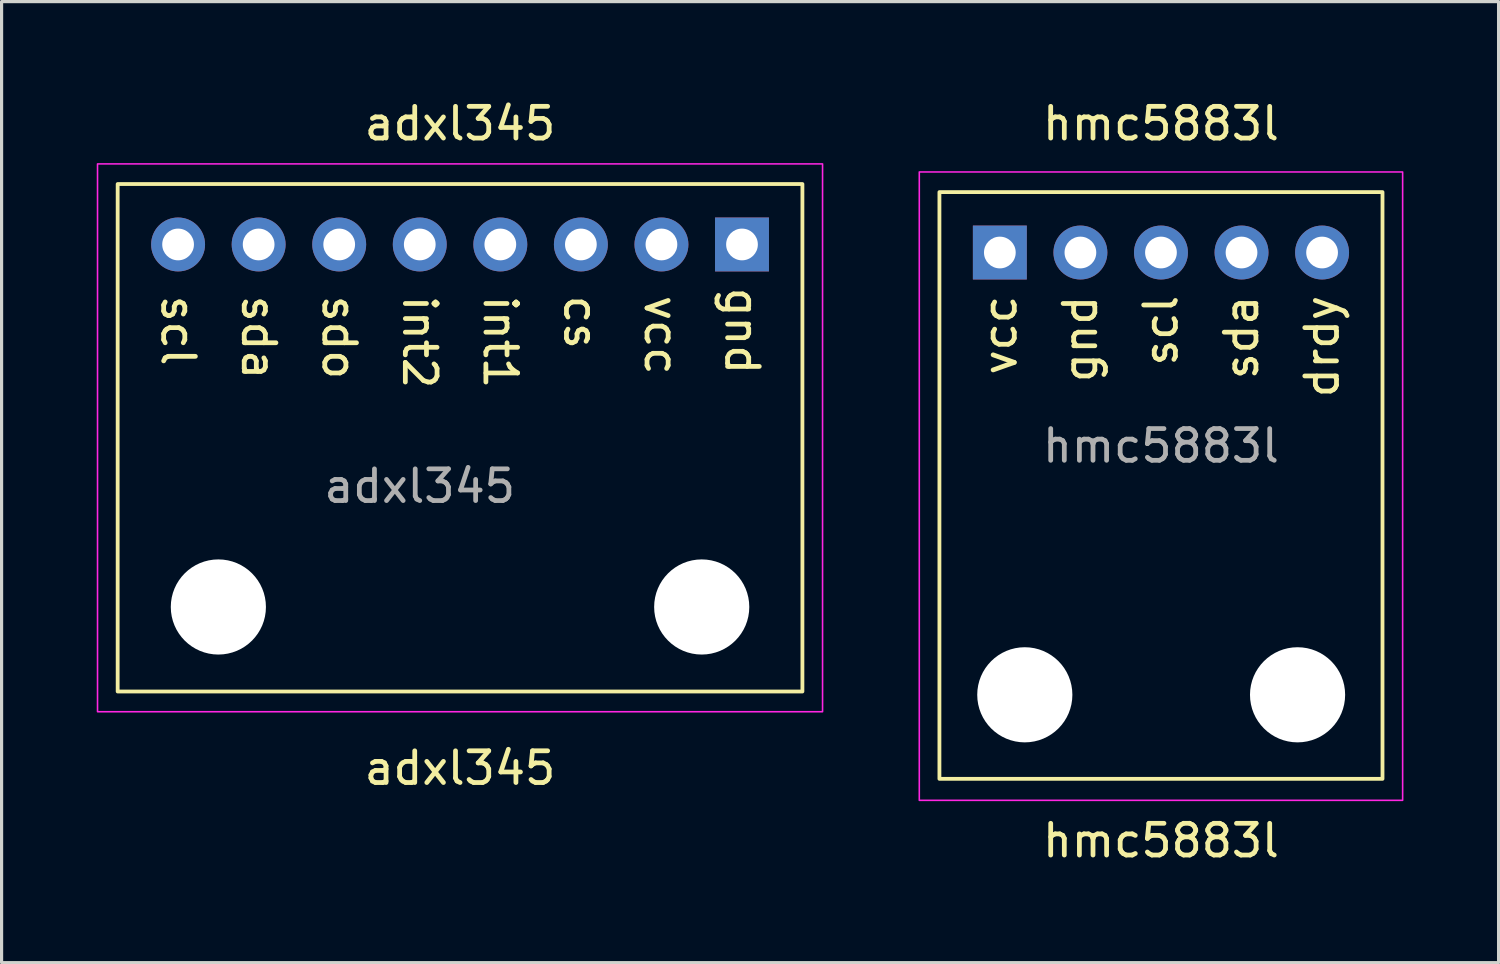
<source format=kicad_pcb>
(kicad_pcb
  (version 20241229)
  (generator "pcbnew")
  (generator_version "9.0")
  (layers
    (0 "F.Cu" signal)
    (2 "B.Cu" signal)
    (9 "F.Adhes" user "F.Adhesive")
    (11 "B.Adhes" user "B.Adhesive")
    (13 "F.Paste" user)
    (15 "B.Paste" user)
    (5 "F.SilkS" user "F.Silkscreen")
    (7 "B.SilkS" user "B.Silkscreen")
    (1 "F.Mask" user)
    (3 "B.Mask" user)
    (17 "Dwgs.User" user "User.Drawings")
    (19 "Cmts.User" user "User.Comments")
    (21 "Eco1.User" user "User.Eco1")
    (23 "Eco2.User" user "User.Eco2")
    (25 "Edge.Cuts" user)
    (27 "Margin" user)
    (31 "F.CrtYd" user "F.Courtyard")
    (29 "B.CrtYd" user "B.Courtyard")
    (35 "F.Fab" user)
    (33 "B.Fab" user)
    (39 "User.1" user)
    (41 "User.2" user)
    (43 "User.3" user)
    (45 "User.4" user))
  (footprint "adxl345"
    (layer "F.Cu")
    (at 2.565 4.658)
    (property "Reference" "adxl345" (at 8.89 -3.81 0) (unlocked yes) (layer "F.SilkS") (effects (font (size 1 1) (thickness 0.15))))
    (attr through_hole)
    (fp_rect (start -1.905 -1.905) (end 19.685 14.095) (stroke (width 0.12) (type solid)) (fill no) (layer "F.SilkS"))
    (fp_rect (start -2.54 -2.54) (end 20.32 14.732) (stroke (width 0.05) (type solid)) (fill no) (layer "F.CrtYd"))
    (fp_text user "int2" (at 7.62 1.524 270) (unlocked yes) (layer "F.SilkS") (effects (font (size 1 1) (thickness 0.15)) (justify left)))
    (fp_text user "scl" (at 0 1.524 270) (unlocked yes) (layer "F.SilkS") (effects (font (size 1 1) (thickness 0.15)) (justify left)))
    (fp_text user "gnd" (at 17.78 1.27 270) (unlocked yes) (layer "F.SilkS") (effects (font (size 1 1) (thickness 0.15)) (justify left)))
    (fp_text user "cs" (at 12.7 1.524 270) (unlocked yes) (layer "F.SilkS") (effects (font (size 1 1) (thickness 0.15)) (justify left)))
    (fp_text user "sda" (at 2.54 1.524 270) (unlocked yes) (layer "F.SilkS") (effects (font (size 1 1) (thickness 0.15)) (justify left)))
    (fp_text user "vcc" (at 15.24 1.524 270) (unlocked yes) (layer "F.SilkS") (effects (font (size 1 1) (thickness 0.15)) (justify left)))
    (fp_text user "int1" (at 10.16 1.524 270) (unlocked yes) (layer "F.SilkS") (effects (font (size 1 1) (thickness 0.15)) (justify left)))
    (fp_text user "sdo" (at 5.08 1.524 270) (unlocked yes) (layer "F.SilkS") (effects (font (size 1 1) (thickness 0.15)) (justify left)))
    (fp_text user "adxl345" (at 8.89 16.51 0) (unlocked yes) (layer "F.SilkS") (effects (font (size 1 1) (thickness 0.15))))
    (fp_text user "${REFERENCE}" (at 7.62 7.62 0) (unlocked yes) (layer "F.Fab") (effects (font (size 1 1) (thickness 0.15))))
    (pad "" np_thru_hole circle (at 1.27 11.43) (size 3 3) (drill 3) (layers "*.Cu" "*.Mask"))
    (pad "" np_thru_hole circle (at 16.51 11.43) (size 3 3) (drill 3) (layers "*.Cu" "*.Mask"))
    (pad "1" thru_hole rect (at 17.78 0) (size 1.7 1.7) (drill 1) (layers "*.Cu" "*.Mask"))
    (pad "2" thru_hole circle (at 15.24 0) (size 1.7 1.7) (drill 1) (layers "*.Cu" "*.Mask"))
    (pad "3" thru_hole circle (at 12.7 0) (size 1.7 1.7) (drill 1) (layers "*.Cu" "*.Mask"))
    (pad "4" thru_hole circle (at 10.16 0) (size 1.7 1.7) (drill 1) (layers "*.Cu" "*.Mask"))
    (pad "5" thru_hole circle (at 7.62 0) (size 1.7 1.7) (drill 1) (layers "*.Cu" "*.Mask"))
    (pad "6" thru_hole circle (at 5.08 0) (size 1.7 1.7) (drill 1) (layers "*.Cu" "*.Mask"))
    (pad "7" thru_hole circle (at 2.54 0) (size 1.7 1.7) (drill 1) (layers "*.Cu" "*.Mask"))
    (pad "8" thru_hole circle (at 0 0) (size 1.7 1.7) (drill 1) (layers "*.Cu" "*.Mask")))
  (footprint "hmc5883l"
    (layer "F.Cu")
    (at 28.475 4.912)
    (property "Reference" "hmc5883l" (at 5.08 -4.064 0) (unlocked yes) (layer "F.SilkS") (effects (font (size 1 1) (thickness 0.15))))
    (attr through_hole)
    (fp_rect (start -1.905 -1.905) (end 12.065 16.595) (stroke (width 0.12) (type solid)) (fill no) (layer "F.SilkS"))
    (fp_rect (start -2.54 -2.54) (end 12.7 17.272) (stroke (width 0.05) (type solid)) (fill no) (layer "F.CrtYd"))
    (fp_text user "hmc5883l" (at 5.08 18.542 0) (unlocked yes) (layer "F.SilkS") (effects (font (size 1 1) (thickness 0.15))))
    (fp_text user "sda" (at 7.62 1.27 90) (unlocked yes) (layer "F.SilkS") (effects (font (size 1 1) (thickness 0.15)) (justify right)))
    (fp_text user "drdy" (at 10.16 1.27 90) (unlocked yes) (layer "F.SilkS") (effects (font (size 1 1) (thickness 0.15)) (justify right)))
    (fp_text user "gnd" (at 2.54 1.27 90) (unlocked yes) (layer "F.SilkS") (effects (font (size 1 1) (thickness 0.15)) (justify right)))
    (fp_text user "vcc" (at 0 1.27 90) (unlocked yes) (layer "F.SilkS") (effects (font (size 1 1) (thickness 0.15)) (justify right)))
    (fp_text user "scl" (at 5.08 1.27 90) (unlocked yes) (layer "F.SilkS") (effects (font (size 1 1) (thickness 0.15)) (justify right)))
    (fp_text user "${REFERENCE}" (at 5.08 6.096 0) (unlocked yes) (layer "F.Fab") (effects (font (size 1 1) (thickness 0.15))))
    (pad "" np_thru_hole circle (at 0.787 13.945) (size 3 3) (drill 3) (layers "*.Cu" "*.Mask"))
    (pad "" np_thru_hole circle (at 9.387 13.945) (size 3 3) (drill 3) (layers "*.Cu" "*.Mask"))
    (pad "1" thru_hole rect (at 0 0) (size 1.7 1.7) (drill 1) (layers "*.Cu" "*.Mask"))
    (pad "2" thru_hole circle (at 2.54 0) (size 1.7 1.7) (drill 1) (layers "*.Cu" "*.Mask"))
    (pad "3" thru_hole circle (at 5.08 0) (size 1.7 1.7) (drill 1) (layers "*.Cu" "*.Mask"))
    (pad "4" thru_hole circle (at 7.62 0) (size 1.7 1.7) (drill 1) (layers "*.Cu" "*.Mask"))
    (pad "5" thru_hole circle (at 10.16 0) (size 1.7 1.7) (drill 1) (layers "*.Cu" "*.Mask")))
  (gr_rect
    (start -3 -3)
    (end 44.2 27.302)
    (stroke (width 0.1) (type default))
    (fill no)
    (layer "Edge.Cuts")))
</source>
